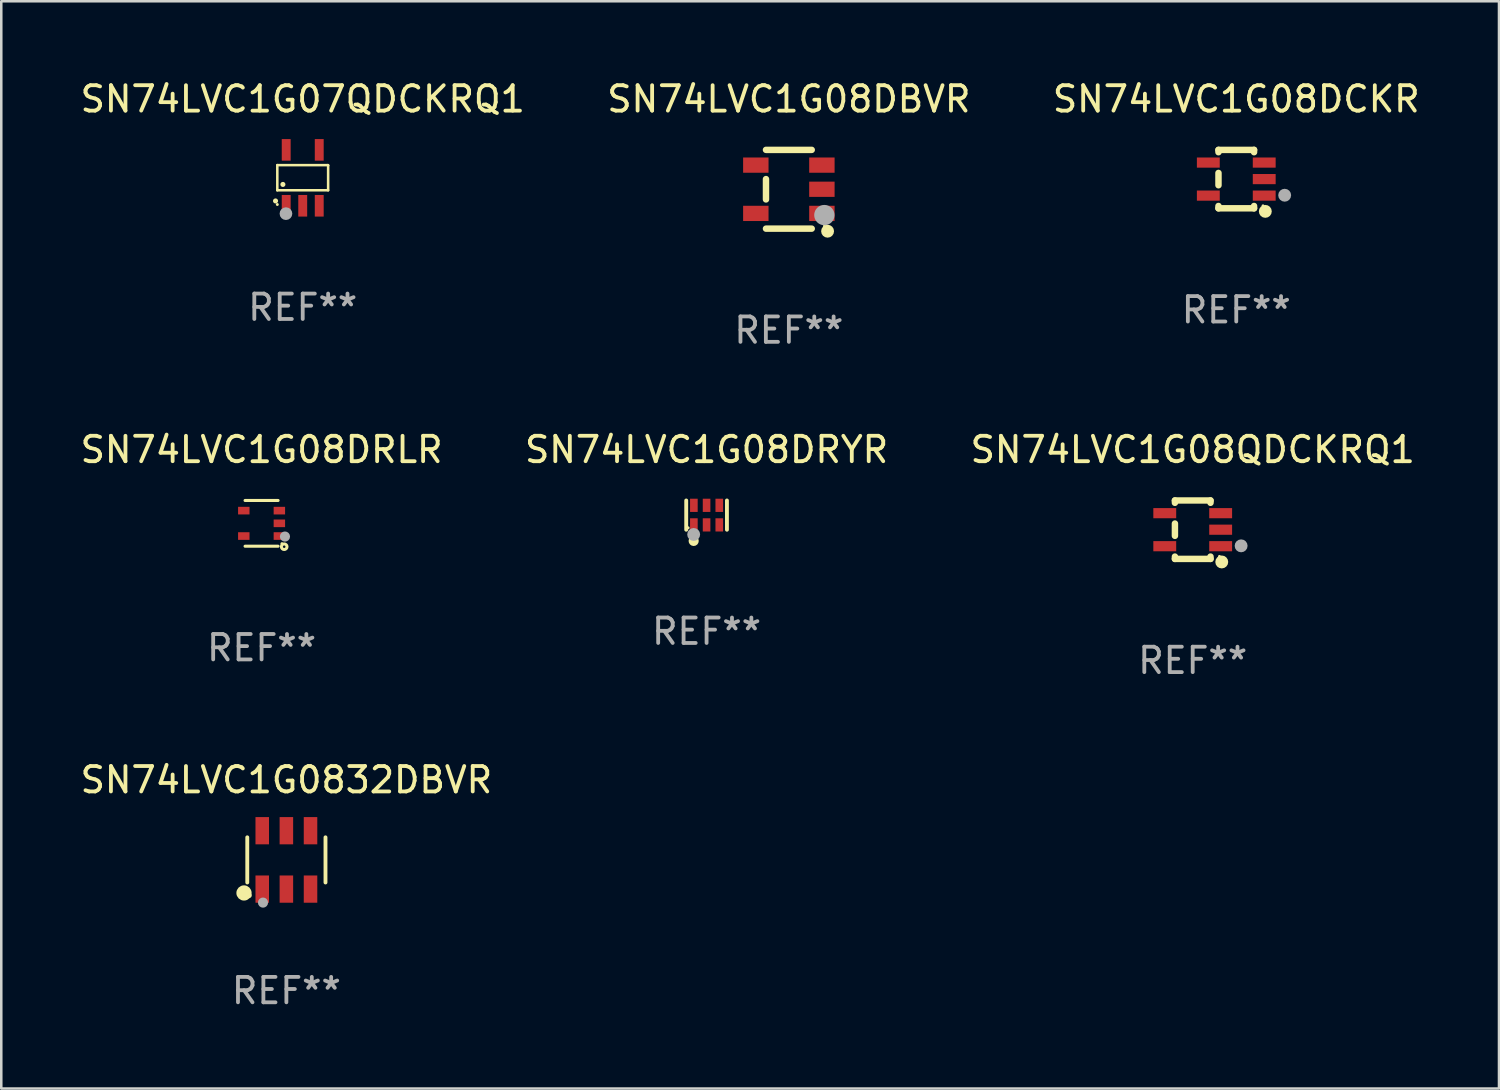
<source format=kicad_pcb>
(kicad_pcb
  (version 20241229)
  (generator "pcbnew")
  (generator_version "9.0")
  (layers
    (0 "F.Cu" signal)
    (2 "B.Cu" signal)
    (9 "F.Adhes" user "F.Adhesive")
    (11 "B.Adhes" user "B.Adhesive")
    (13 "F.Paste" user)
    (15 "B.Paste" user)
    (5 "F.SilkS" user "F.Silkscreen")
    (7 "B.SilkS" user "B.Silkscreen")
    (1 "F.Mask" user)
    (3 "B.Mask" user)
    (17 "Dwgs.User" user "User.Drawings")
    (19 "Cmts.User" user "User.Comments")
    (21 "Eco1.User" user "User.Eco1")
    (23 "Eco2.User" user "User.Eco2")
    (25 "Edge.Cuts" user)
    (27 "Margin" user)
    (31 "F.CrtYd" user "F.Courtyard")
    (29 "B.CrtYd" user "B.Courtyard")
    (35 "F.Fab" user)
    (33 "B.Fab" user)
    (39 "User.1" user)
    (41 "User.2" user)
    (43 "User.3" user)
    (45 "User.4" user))
  (footprint "SN74LVC1G07QDCKRQ1"
    (layer "F.Cu")
    (at 8.863 3.948)
    (property "Reference" "SN74LVC1G07QDCKRQ1" (at 0 -3.1 0) (layer "F.SilkS") (effects (font (size 1 1) (thickness 0.15))))
    (attr through_hole)
    (fp_line (start -1 -0.5) (end -1 0.49) (stroke (width 0.1) (type solid)) (layer "F.SilkS"))
    (fp_line (start -1 0.49) (end 1 0.49) (stroke (width 0.1) (type solid)) (layer "F.SilkS"))
    (fp_line (start 0.99 -0.5) (end -1 -0.5) (stroke (width 0.1) (type solid)) (layer "F.SilkS"))
    (fp_line (start 1 -0.49) (end 0.99 -0.5) (stroke (width 0.1) (type solid)) (layer "F.SilkS"))
    (fp_line (start 1 0.49) (end 1 -0.49) (stroke (width 0.1) (type solid)) (layer "F.SilkS"))
    (fp_circle (center -1.07 0.91) (end -1.02 0.91) (stroke (width 0.1) (type solid)) (fill no) (layer "F.SilkS"))
    (fp_circle (center -1 1.05) (end -0.97 1.05) (stroke (width 0.06) (type solid)) (fill no) (layer "F.SilkS"))
    (fp_circle (center -0.78 0.26) (end -0.73 0.26) (stroke (width 0.1) (type solid)) (fill no) (layer "F.SilkS"))
    (fp_circle (center -0.66 1.41) (end -0.535 1.41) (stroke (width 0.25) (type solid)) (fill no) (layer "F.Fab"))
    (fp_text user "REF**" (at 0 5.1 0) (layer "F.Fab") (effects (font (size 1 1) (thickness 0.15))))
    (pad "1" smd rect (at -0.65 1.1) (size 0.35 0.85) (layers "F.Cu" "F.Mask" "F.Paste"))
    (pad "2" smd rect (at 0.000051 1.1) (size 0.35 0.85) (layers "F.Cu" "F.Mask" "F.Paste"))
    (pad "3" smd rect (at 0.65 1.1) (size 0.35 0.85) (layers "F.Cu" "F.Mask" "F.Paste"))
    (pad "4" smd rect (at 0.65 -1.1) (size 0.35 0.85) (layers "F.Cu" "F.Mask" "F.Paste"))
    (pad "5" smd rect (at -0.65 -1.1) (size 0.35 0.85) (layers "F.Cu" "F.Mask" "F.Paste")))
  (footprint "SN74LVC1G08QDCKRQ1"
    (layer "F.Cu")
    (at 43.887 17.795)
    (property "Reference" "SN74LVC1G08QDCKRQ1" (at 0 -3.15 0) (layer "F.SilkS") (effects (font (size 1 1) (thickness 0.15))))
    (attr through_hole)
    (fp_line (start -0.7 -1.15) (end 0.7 -1.15) (stroke (width 0.254) (type solid)) (layer "F.SilkS"))
    (fp_line (start -0.7 -1.058) (end -0.7 -1.15) (stroke (width 0.254) (type solid)) (layer "F.SilkS"))
    (fp_line (start -0.7 0.242) (end -0.7 -0.242) (stroke (width 0.254) (type solid)) (layer "F.SilkS"))
    (fp_line (start -0.7 1.15) (end -0.7 1.058) (stroke (width 0.254) (type solid)) (layer "F.SilkS"))
    (fp_line (start -0.7 1.15) (end 0.7 1.15) (stroke (width 0.254) (type solid)) (layer "F.SilkS"))
    (fp_line (start 0.7 -1.058) (end 0.7 -1.15) (stroke (width 0.254) (type solid)) (layer "F.SilkS"))
    (fp_line (start 0.7 1.15) (end 0.7 1.058) (stroke (width 0.254) (type solid)) (layer "F.SilkS"))
    (fp_circle (center 1.053 1.052) (end 1.083 1.052) (stroke (width 0.06) (type solid)) (fill no) (layer "F.SilkS"))
    (fp_circle (center 1.143 1.27) (end 1.27 1.27) (stroke (width 0.254) (type solid)) (fill no) (layer "F.SilkS"))
    (fp_circle (center 1.905 0.635) (end 2.032 0.635) (stroke (width 0.254) (type solid)) (fill no) (layer "F.Fab"))
    (fp_text user "REF**" (at 0 5.15 0) (layer "F.Fab") (effects (font (size 1 1) (thickness 0.15))))
    (pad "1" smd rect (at 1.1 0.65 90) (size 0.4 0.9) (layers "F.Cu" "F.Mask" "F.Paste"))
    (pad "2" smd rect (at 1.1 0.000076 90) (size 0.4 0.9) (layers "F.Cu" "F.Mask" "F.Paste"))
    (pad "3" smd rect (at 1.1 -0.65 90) (size 0.4 0.9) (layers "F.Cu" "F.Mask" "F.Paste"))
    (pad "4" smd rect (at -1.1 -0.65 90) (size 0.4 0.9) (layers "F.Cu" "F.Mask" "F.Paste"))
    (pad "5" smd rect (at -1.1 0.65 90) (size 0.4 0.9) (layers "F.Cu" "F.Mask" "F.Paste")))
  (footprint "SN74LVC1G08DRLR"
    (layer "F.Cu")
    (at 7.244 17.545)
    (property "Reference" "SN74LVC1G08DRLR" (at 0 -2.9 0) (layer "F.SilkS") (effects (font (size 1 1) (thickness 0.15))))
    (attr through_hole)
    (fp_line (start -0.65 -0.9) (end 0.65 -0.9) (stroke (width 0.12) (type solid)) (layer "F.SilkS"))
    (fp_line (start -0.65 0.9) (end 0.65 0.9) (stroke (width 0.12) (type solid)) (layer "F.SilkS"))
    (fp_circle (center 0.8 0.8) (end 0.83 0.8) (stroke (width 0.06) (type solid)) (fill no) (layer "F.SilkS"))
    (fp_circle (center 0.89 0.92) (end 0.94 0.92) (stroke (width 0.12) (type solid)) (fill no) (layer "F.SilkS"))
    (fp_circle (center 0.92 0.52) (end 1.02 0.52) (stroke (width 0.2) (type solid)) (fill no) (layer "F.Fab"))
    (fp_text user "REF**" (at 0 4.9 0) (layer "F.Fab") (effects (font (size 1 1) (thickness 0.15))))
    (pad "1" smd rect (at 0.7 0.5) (size 0.45 0.3) (layers "F.Cu" "F.Mask" "F.Paste"))
    (pad "2" smd rect (at 0.7 -0.000356) (size 0.45 0.3) (layers "F.Cu" "F.Mask" "F.Paste"))
    (pad "3" smd rect (at 0.7 -0.5) (size 0.45 0.3) (layers "F.Cu" "F.Mask" "F.Paste"))
    (pad "4" smd rect (at -0.7 -0.5) (size 0.45 0.3) (layers "F.Cu" "F.Mask" "F.Paste"))
    (pad "5" smd rect (at -0.7 0.5) (size 0.45 0.3) (layers "F.Cu" "F.Mask" "F.Paste")))
  (footprint "SN74LVC1G08DRYR"
    (layer "F.Cu")
    (at 24.756 17.221)
    (property "Reference" "SN74LVC1G08DRYR" (at 0 -2.576 0) (layer "F.SilkS") (effects (font (size 1 1) (thickness 0.15))))
    (attr through_hole)
    (fp_line (start -0.801 0.576) (end -0.801 -0.576) (stroke (width 0.152) (type solid)) (layer "F.SilkS"))
    (fp_line (start 0.801 -0.576) (end 0.801 0.576) (stroke (width 0.152) (type solid)) (layer "F.SilkS"))
    (fp_circle (center -0.725 0.5) (end -0.695 0.5) (stroke (width 0.06) (type solid)) (fill no) (layer "F.SilkS"))
    (fp_circle (center -0.508 1.016) (end -0.408 1.016) (stroke (width 0.2) (type solid)) (fill no) (layer "F.SilkS"))
    (fp_circle (center -0.508 0.762) (end -0.381 0.762) (stroke (width 0.254) (type solid)) (fill no) (layer "F.Fab"))
    (fp_text user "REF**" (at 0 4.576 0) (layer "F.Fab") (effects (font (size 1 1) (thickness 0.15))))
    (pad "1" smd rect (at -0.5 0.385) (size 0.3 0.52) (layers "F.Cu" "F.Mask" "F.Paste"))
    (pad "2" smd rect (at 0 0.385) (size 0.3 0.52) (layers "F.Cu" "F.Mask" "F.Paste"))
    (pad "3" smd rect (at 0.5 0.385) (size 0.3 0.52) (layers "F.Cu" "F.Mask" "F.Paste"))
    (pad "4" smd rect (at 0.5 -0.385) (size 0.3 0.52) (layers "F.Cu" "F.Mask" "F.Paste"))
    (pad "5" smd rect (at 0 -0.385) (size 0.3 0.52) (layers "F.Cu" "F.Mask" "F.Paste"))
    (pad "6" smd rect (at -0.5 -0.385) (size 0.3 0.52) (layers "F.Cu" "F.Mask" "F.Paste")))
  (footprint "SN74LVC1G0832DBVR"
    (layer "F.Cu")
    (at 8.22 30.79)
    (property "Reference" "SN74LVC1G0832DBVR" (at 0 -3.149 0) (layer "F.SilkS") (effects (font (size 1 1) (thickness 0.15))))
    (attr through_hole)
    (fp_line (start -1.539 0.889) (end -1.539 -0.889) (stroke (width 0.152) (type solid)) (layer "F.SilkS"))
    (fp_line (start 1.539 0.889) (end 1.539 -0.889) (stroke (width 0.152) (type solid)) (layer "F.SilkS"))
    (fp_circle (center -1.668 1.301) (end -1.518 1.301) (stroke (width 0.3) (type solid)) (fill no) (layer "F.SilkS"))
    (fp_circle (center -1.463 1.4) (end -1.413 1.4) (stroke (width 0.1) (type solid)) (fill no) (layer "F.SilkS"))
    (fp_circle (center -0.92 1.68) (end -0.82 1.68) (stroke (width 0.2) (type solid)) (fill no) (layer "F.Fab"))
    (fp_text user "REF**" (at 0 5.149 0) (layer "F.Fab") (effects (font (size 1 1) (thickness 0.15))))
    (pad "1" smd rect (at -0.95 1.149) (size 0.532 1.072) (layers "F.Cu" "F.Mask" "F.Paste"))
    (pad "2" smd rect (at 0 1.149) (size 0.532 1.072) (layers "F.Cu" "F.Mask" "F.Paste"))
    (pad "3" smd rect (at 0.95 1.149) (size 0.532 1.072) (layers "F.Cu" "F.Mask" "F.Paste"))
    (pad "4" smd rect (at 0.95 -1.149) (size 0.532 1.072) (layers "F.Cu" "F.Mask" "F.Paste"))
    (pad "5" smd rect (at 0 -1.149) (size 0.532 1.072) (layers "F.Cu" "F.Mask" "F.Paste"))
    (pad "6" smd rect (at -0.95 -1.149) (size 0.532 1.072) (layers "F.Cu" "F.Mask" "F.Paste")))
  (footprint "SN74LVC1G08DCKR"
    (layer "F.Cu")
    (at 45.601 3.998)
    (property "Reference" "SN74LVC1G08DCKR" (at 0 -3.15 0) (layer "F.SilkS") (effects (font (size 1 1) (thickness 0.15))))
    (attr through_hole)
    (fp_line (start -0.7 -1.15) (end 0.7 -1.15) (stroke (width 0.254) (type solid)) (layer "F.SilkS"))
    (fp_line (start -0.7 -1.058) (end -0.7 -1.15) (stroke (width 0.254) (type solid)) (layer "F.SilkS"))
    (fp_line (start -0.7 0.242) (end -0.7 -0.242) (stroke (width 0.254) (type solid)) (layer "F.SilkS"))
    (fp_line (start -0.7 1.15) (end -0.7 1.058) (stroke (width 0.254) (type solid)) (layer "F.SilkS"))
    (fp_line (start -0.7 1.15) (end 0.7 1.15) (stroke (width 0.254) (type solid)) (layer "F.SilkS"))
    (fp_line (start 0.7 -1.058) (end 0.7 -1.15) (stroke (width 0.254) (type solid)) (layer "F.SilkS"))
    (fp_line (start 0.7 1.15) (end 0.7 1.058) (stroke (width 0.254) (type solid)) (layer "F.SilkS"))
    (fp_circle (center 1.053 1.052) (end 1.083 1.052) (stroke (width 0.06) (type solid)) (fill no) (layer "F.SilkS"))
    (fp_circle (center 1.143 1.27) (end 1.27 1.27) (stroke (width 0.254) (type solid)) (fill no) (layer "F.SilkS"))
    (fp_circle (center 1.905 0.635) (end 2.032 0.635) (stroke (width 0.254) (type solid)) (fill no) (layer "F.Fab"))
    (fp_text user "REF**" (at 0 5.15 0) (layer "F.Fab") (effects (font (size 1 1) (thickness 0.15))))
    (pad "1" smd rect (at 1.1 0.65 90) (size 0.4 0.9) (layers "F.Cu" "F.Mask" "F.Paste"))
    (pad "2" smd rect (at 1.1 0.000076 90) (size 0.4 0.9) (layers "F.Cu" "F.Mask" "F.Paste"))
    (pad "3" smd rect (at 1.1 -0.65 90) (size 0.4 0.9) (layers "F.Cu" "F.Mask" "F.Paste"))
    (pad "4" smd rect (at -1.1 -0.65 90) (size 0.4 0.9) (layers "F.Cu" "F.Mask" "F.Paste"))
    (pad "5" smd rect (at -1.1 0.65 90) (size 0.4 0.9) (layers "F.Cu" "F.Mask" "F.Paste")))
  (footprint "SN74LVC1G08DBVR"
    (layer "F.Cu")
    (at 27.994 4.398)
    (property "Reference" "SN74LVC1G08DBVR" (at 0 -3.55 0) (layer "F.SilkS") (effects (font (size 1 1) (thickness 0.15))))
    (attr through_hole)
    (fp_line (start -0.9 -1.55) (end 0.9 -1.55) (stroke (width 0.254) (type solid)) (layer "F.SilkS"))
    (fp_line (start -0.9 0.4) (end -0.9 -0.4) (stroke (width 0.254) (type solid)) (layer "F.SilkS"))
    (fp_line (start -0.9 1.55) (end 0.9 1.55) (stroke (width 0.254) (type solid)) (layer "F.SilkS"))
    (fp_circle (center 1.4 1.45) (end 1.43 1.45) (stroke (width 0.06) (type solid)) (fill no) (layer "F.SilkS"))
    (fp_circle (center 1.524 1.651) (end 1.651 1.651) (stroke (width 0.254) (type solid)) (fill no) (layer "F.SilkS"))
    (fp_circle (center 1.397 1.016) (end 1.597 1.016) (stroke (width 0.4) (type solid)) (fill no) (layer "F.Fab"))
    (fp_text user "REF**" (at 0 5.55 0) (layer "F.Fab") (effects (font (size 1 1) (thickness 0.15))))
    (pad "1" smd rect (at 1.3 0.95) (size 1 0.6) (layers "F.Cu" "F.Mask" "F.Paste"))
    (pad "2" smd rect (at 1.3 -0.000051) (size 1 0.6) (layers "F.Cu" "F.Mask" "F.Paste"))
    (pad "3" smd rect (at 1.3 -0.95) (size 1 0.6) (layers "F.Cu" "F.Mask" "F.Paste"))
    (pad "4" smd rect (at -1.3 -0.95) (size 1 0.6) (layers "F.Cu" "F.Mask" "F.Paste"))
    (pad "5" smd rect (at -1.3 0.95) (size 1 0.6) (layers "F.Cu" "F.Mask" "F.Paste")))
  (gr_rect
    (start -3 -3)
    (end 55.94 39.788)
    (stroke (width 0.1) (type default))
    (fill no)
    (layer "Edge.Cuts")))
</source>
